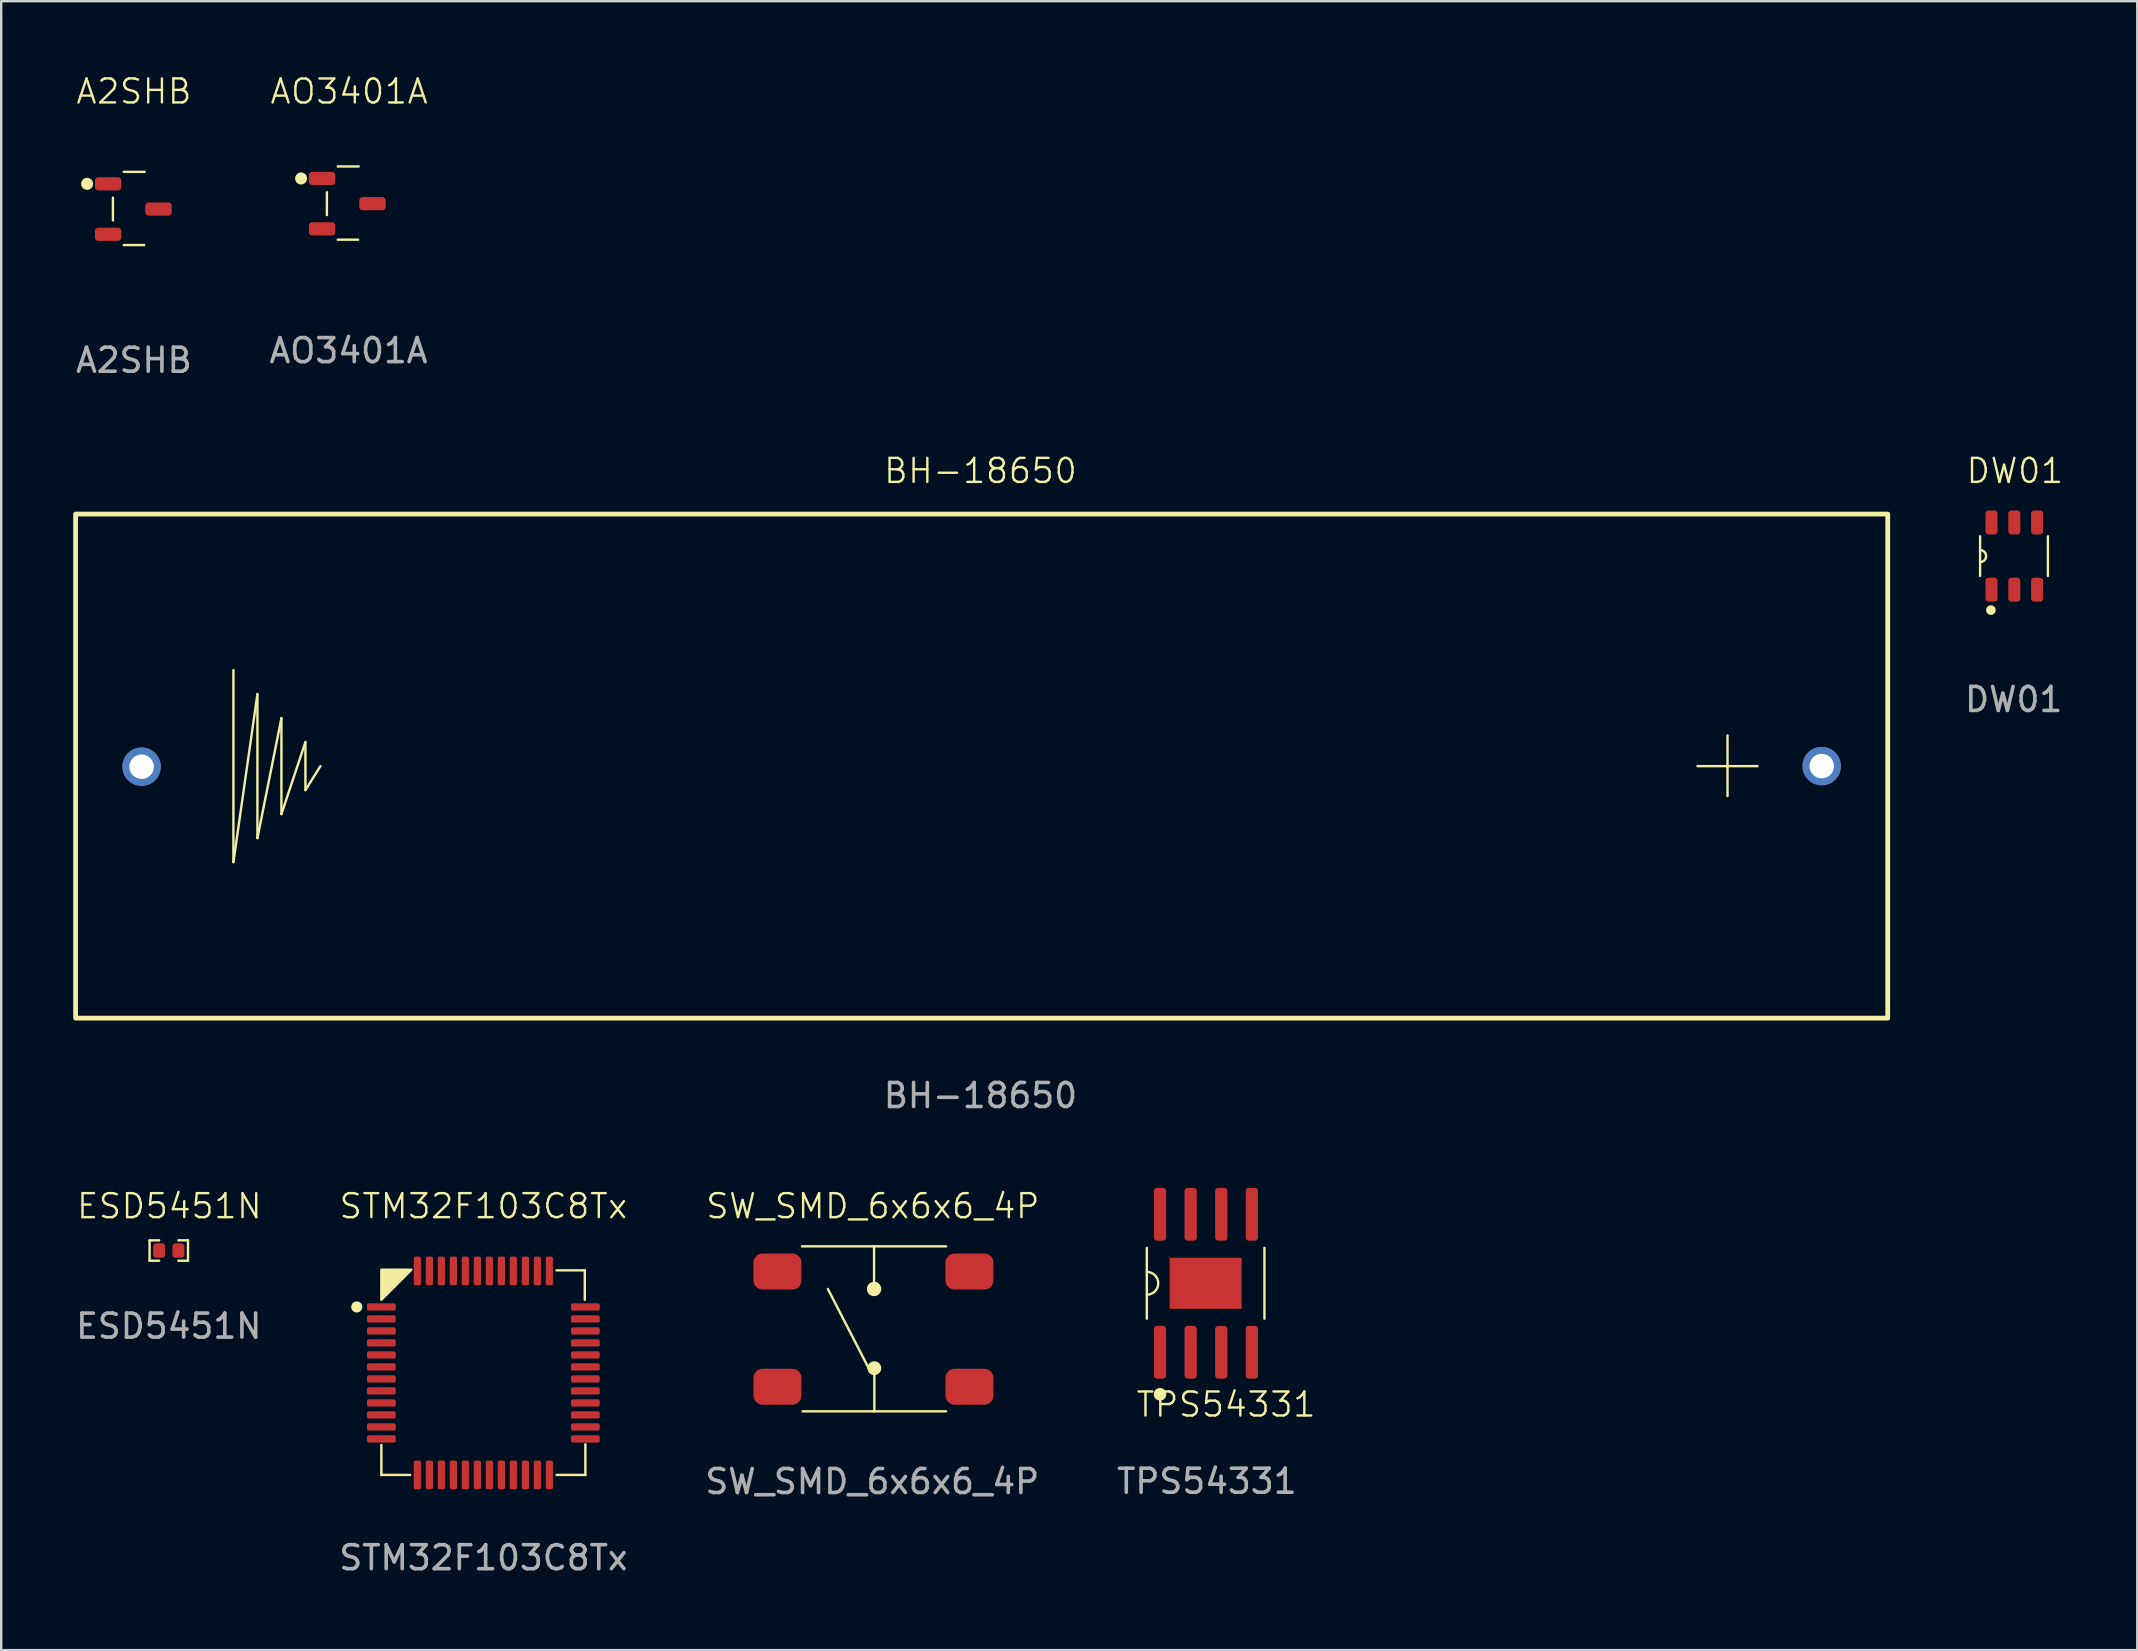
<source format=kicad_pcb>
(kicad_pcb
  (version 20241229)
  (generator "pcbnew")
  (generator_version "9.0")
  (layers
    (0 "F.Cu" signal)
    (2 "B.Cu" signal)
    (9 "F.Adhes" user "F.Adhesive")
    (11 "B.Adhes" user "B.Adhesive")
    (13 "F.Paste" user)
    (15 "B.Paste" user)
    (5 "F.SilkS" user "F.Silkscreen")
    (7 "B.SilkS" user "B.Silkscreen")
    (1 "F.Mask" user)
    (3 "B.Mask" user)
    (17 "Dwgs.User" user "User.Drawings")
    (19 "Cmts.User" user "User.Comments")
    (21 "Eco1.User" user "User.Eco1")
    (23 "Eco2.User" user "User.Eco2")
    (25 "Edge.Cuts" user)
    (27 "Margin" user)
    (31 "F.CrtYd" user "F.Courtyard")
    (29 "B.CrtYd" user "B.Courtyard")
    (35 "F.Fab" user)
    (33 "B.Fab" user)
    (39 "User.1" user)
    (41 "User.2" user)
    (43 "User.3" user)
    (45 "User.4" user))
  (footprint "ESD5451N"
    (layer "F.Cu")
    (at 3.982 49.053)
    (property "Reference" "ESD5451N" (at 0.025 -1.85 0) (unlocked yes) (layer "F.SilkS") (effects (font (size 1 1) (thickness 0.1))))
    (attr smd)
    (fp_line (start -0.8 -0.425) (end -0.8 0.425) (stroke (width 0.1) (type default)) (layer "F.SilkS"))
    (fp_line (start -0.8 0.425) (end -0.4 0.425) (stroke (width 0.1) (type default)) (layer "F.SilkS"))
    (fp_line (start -0.4 -0.425) (end -0.8 -0.425) (stroke (width 0.1) (type default)) (layer "F.SilkS"))
    (fp_line (start 0.4 0.425) (end 0.8 0.425) (stroke (width 0.1) (type default)) (layer "F.SilkS"))
    (fp_line (start 0.8 -0.425) (end 0.4 -0.425) (stroke (width 0.1) (type default)) (layer "F.SilkS"))
    (fp_line (start 0.8 0.425) (end 0.8 -0.425) (stroke (width 0.1) (type default)) (layer "F.SilkS"))
    (fp_text user "${REFERENCE}" (at 0 3.15 0) (unlocked yes) (layer "F.Fab") (effects (font (size 1 1) (thickness 0.15))))
    (pad "1" smd roundrect (at -0.4 0) (size 0.5 0.6) (layers "F.Cu" "F.Mask" "F.Paste") (roundrect_rratio 0.25))
    (pad "2" smd roundrect (at 0.4 0) (size 0.5 0.6) (layers "F.Cu" "F.Mask" "F.Paste") (roundrect_rratio 0.25)))
  (footprint "AO3401A"
    (layer "F.Cu")
    (at 11.495 5.436)
    (property "Reference" "AO3401A" (at 0 -4.675 0) (unlocked yes) (layer "F.SilkS") (effects (font (size 1 1) (thickness 0.1))))
    (attr smd)
    (fp_line (start -0.925 -0.475) (end -0.925 0.475) (stroke (width 0.1) (type solid)) (layer "F.SilkS"))
    (fp_line (start -0.475 -1.55) (end 0.4 -1.55) (stroke (width 0.1) (type solid)) (layer "F.SilkS"))
    (fp_line (start -0.475 1.5) (end 0.375 1.5) (stroke (width 0.1) (type solid)) (layer "F.SilkS"))
    (fp_circle (center -2 -1.05) (end -1.8 -1.05) (stroke (width 0.1) (type solid)) (fill yes) (layer "F.SilkS"))
    (fp_text user "${REFERENCE}" (at -0.025 6.125 0) (unlocked yes) (layer "F.Fab") (effects (font (size 1 1) (thickness 0.15))))
    (pad "1" smd roundrect (at -1.125 -1.05) (size 1.1 0.55) (layers "F.Cu" "F.Mask" "F.Paste") (roundrect_rratio 0.25))
    (pad "2" smd roundrect (at -1.125 1.05) (size 1.1 0.55) (layers "F.Cu" "F.Mask" "F.Paste") (roundrect_rratio 0.25))
    (pad "3" smd roundrect (at 0.975 0) (size 1.1 0.55) (layers "F.Cu" "F.Mask" "F.Paste") (roundrect_rratio 0.25)))
  (footprint "DW01"
    (layer "F.Cu")
    (at 80.874 20.119)
    (property "Reference" "DW01" (at 0.025 -3.55 0) (unlocked yes) (layer "F.SilkS") (effects (font (size 1 1) (thickness 0.1))))
    (attr smd)
    (fp_line (start -1.425 -0.825) (end -1.425 0.825) (stroke (width 0.1) (type solid)) (layer "F.SilkS"))
    (fp_line (start 1.4 -0.825) (end 1.4 0.825) (stroke (width 0.1) (type solid)) (layer "F.SilkS"))
    (fp_arc (start -1.425 -0.25) (mid -1.175 0) (end -1.425 0.25) (stroke (width 0.1) (type solid)) (layer "F.SilkS"))
    (fp_circle (center -0.975 2.25) (end -0.825 2.25) (stroke (width 0.1) (type solid)) (fill yes) (layer "F.SilkS"))
    (fp_text user "${REFERENCE}" (at -0.025 5.975 0) (unlocked yes) (layer "F.Fab") (effects (font (size 1 1) (thickness 0.15))))
    (pad "1" smd roundrect (at -0.95 1.4 90) (size 1 0.5) (layers "F.Cu" "F.Mask" "F.Paste") (roundrect_rratio 0.25))
    (pad "2" smd roundrect (at 0 1.4 90) (size 1 0.5) (layers "F.Cu" "F.Mask" "F.Paste") (roundrect_rratio 0.25))
    (pad "3" smd roundrect (at 0.95 1.4 90) (size 1 0.5) (layers "F.Cu" "F.Mask" "F.Paste") (roundrect_rratio 0.25))
    (pad "5" smd roundrect (at 0 -1.4 90) (size 1 0.5) (layers "F.Cu" "F.Mask" "F.Paste") (roundrect_rratio 0.25))
    (pad "5" smd roundrect (at 0.95 -1.4 90) (size 1 0.5) (layers "F.Cu" "F.Mask" "F.Paste") (roundrect_rratio 0.25))
    (pad "6" smd roundrect (at -0.95 -1.4 90) (size 1 0.5) (layers "F.Cu" "F.Mask" "F.Paste") (roundrect_rratio 0.25)))
  (footprint "BH-18650"
    (layer "F.Cu")
    (at 37.85 28.869)
    (property "Reference" "BH-18650" (at -0.05 -12.3 0) (unlocked yes) (layer "F.SilkS") (effects (font (size 1 1) (thickness 0.1))))
    (attr through_hole)
    (fp_line (start -31.175 -4) (end -31.175 4) (stroke (width 0.1) (type default)) (layer "F.SilkS"))
    (fp_line (start -31.175 4) (end -30.175 -3) (stroke (width 0.1) (type default)) (layer "F.SilkS"))
    (fp_line (start -30.175 -3) (end -30.175 3) (stroke (width 0.1) (type default)) (layer "F.SilkS"))
    (fp_line (start -30.175 3) (end -29.175 -2) (stroke (width 0.1) (type default)) (layer "F.SilkS"))
    (fp_line (start -29.175 -2) (end -29.175 2) (stroke (width 0.1) (type default)) (layer "F.SilkS"))
    (fp_line (start -29.175 2) (end -28.175 -1) (stroke (width 0.1) (type default)) (layer "F.SilkS"))
    (fp_line (start -28.175 -1) (end -28.175 1) (stroke (width 0.1) (type default)) (layer "F.SilkS"))
    (fp_line (start -28.175 1) (end -27.55 0) (stroke (width 0.1) (type default)) (layer "F.SilkS"))
    (fp_line (start 31.075 -1.275) (end 31.075 1.25) (stroke (width 0.1) (type default)) (layer "F.SilkS"))
    (fp_line (start 32.325 0) (end 29.825 0) (stroke (width 0.1) (type default)) (layer "F.SilkS"))
    (fp_rect (start -37.75 -10.5) (end 37.75 10.5) (stroke (width 0.2) (type default)) (fill no) (layer "F.SilkS"))
    (fp_text user "${REFERENCE}" (at -0.05 13.725 0) (unlocked yes) (layer "F.Fab") (effects (font (size 1 1) (thickness 0.15))))
    (pad "1" thru_hole circle (at -35 0.025) (size 1.6 1.6) (drill 1.021) (layers "*.Cu" "*.Mask"))
    (pad "2" thru_hole circle (at 35 0) (size 1.6 1.6) (drill 1.021) (layers "*.Cu" "*.Mask")))
  (footprint "A2SHB"
    (layer "F.Cu")
    (at 2.505 5.66)
    (property "Reference" "A2SHB" (at 0.025 -4.9 0) (unlocked yes) (layer "F.SilkS") (effects (font (size 1 1) (thickness 0.1))))
    (attr smd)
    (fp_line (start -0.85 -0.475) (end -0.85 0.475) (stroke (width 0.1) (type solid)) (layer "F.SilkS"))
    (fp_line (start -0.4 -1.55) (end 0.475 -1.55) (stroke (width 0.1) (type solid)) (layer "F.SilkS"))
    (fp_line (start -0.4 1.5) (end 0.45 1.5) (stroke (width 0.1) (type solid)) (layer "F.SilkS"))
    (fp_circle (center -1.925 -1.05) (end -1.725 -1.05) (stroke (width 0.1) (type solid)) (fill yes) (layer "F.SilkS"))
    (fp_text user "${REFERENCE}" (at 0.025 6.3 0) (unlocked yes) (layer "F.Fab") (effects (font (size 1 1) (thickness 0.15))))
    (pad "1" smd roundrect (at -1.05 -1.05) (size 1.1 0.55) (layers "F.Cu" "F.Mask" "F.Paste") (roundrect_rratio 0.25))
    (pad "2" smd roundrect (at -1.05 1.05) (size 1.1 0.55) (layers "F.Cu" "F.Mask" "F.Paste") (roundrect_rratio 0.25))
    (pad "3" smd roundrect (at 1.05 0) (size 1.1 0.55) (layers "F.Cu" "F.Mask" "F.Paste") (roundrect_rratio 0.25)))
  (footprint "STM32F103C8Tx"
    (layer "F.Cu")
    (at 17.089 54.153)
    (property "Reference" "STM32F103C8Tx" (at 0 -6.95 0) (unlocked yes) (layer "F.SilkS") (effects (font (size 1 1) (thickness 0.1))))
    (attr smd)
    (fp_line (start -4.25 4.25) (end -4.25 3) (stroke (width 0.1) (type default)) (layer "F.SilkS"))
    (fp_line (start -3.05 4.25) (end -4.25 4.25) (stroke (width 0.1) (type default)) (layer "F.SilkS"))
    (fp_line (start 3.05 -4.275) (end 4.225 -4.275) (stroke (width 0.1) (type default)) (layer "F.SilkS"))
    (fp_line (start 4.225 -4.275) (end 4.225 -3.05) (stroke (width 0.1) (type default)) (layer "F.SilkS"))
    (fp_line (start 4.25 2.975) (end 4.25 4.25) (stroke (width 0.1) (type default)) (layer "F.SilkS"))
    (fp_line (start 4.25 4.25) (end 3.05 4.25) (stroke (width 0.1) (type default)) (layer "F.SilkS"))
    (fp_circle (center -5.275 -2.75) (end -5.093 -2.75) (stroke (width 0.1) (type solid)) (fill yes) (layer "F.SilkS"))
    (fp_poly (pts (xy -4.25 -4.3) (xy -3 -4.3) (xy -4.25 -3.05)) (stroke (width 0.1) (type solid)) (fill yes) (layer "F.SilkS"))
    (fp_text user "${REFERENCE}" (at 0 7.7 0) (unlocked yes) (layer "F.Fab") (effects (font (size 1 1) (thickness 0.15))))
    (pad "1" smd roundrect (at -4.25 -2.75) (size 1.2 0.3) (layers "F.Cu" "F.Mask" "F.Paste") (roundrect_rratio 0.25))
    (pad "2" smd roundrect (at -4.25 -2.25) (size 1.2 0.3) (layers "F.Cu" "F.Mask" "F.Paste") (roundrect_rratio 0.25))
    (pad "3" smd roundrect (at -4.25 -1.75) (size 1.2 0.3) (layers "F.Cu" "F.Mask" "F.Paste") (roundrect_rratio 0.25))
    (pad "4" smd roundrect (at -4.25 -1.25) (size 1.2 0.3) (layers "F.Cu" "F.Mask" "F.Paste") (roundrect_rratio 0.25))
    (pad "5" smd roundrect (at -4.25 -0.75) (size 1.2 0.3) (layers "F.Cu" "F.Mask" "F.Paste") (roundrect_rratio 0.25))
    (pad "6" smd roundrect (at -4.25 -0.25) (size 1.2 0.3) (layers "F.Cu" "F.Mask" "F.Paste") (roundrect_rratio 0.25))
    (pad "7" smd roundrect (at -4.25 0.25) (size 1.2 0.3) (layers "F.Cu" "F.Mask" "F.Paste") (roundrect_rratio 0.25))
    (pad "8" smd roundrect (at -4.25 0.75) (size 1.2 0.3) (layers "F.Cu" "F.Mask" "F.Paste") (roundrect_rratio 0.25))
    (pad "9" smd roundrect (at -4.25 1.25) (size 1.2 0.3) (layers "F.Cu" "F.Mask" "F.Paste") (roundrect_rratio 0.25))
    (pad "10" smd roundrect (at -4.25 1.75) (size 1.2 0.3) (layers "F.Cu" "F.Mask" "F.Paste") (roundrect_rratio 0.25))
    (pad "11" smd roundrect (at -4.25 2.25) (size 1.2 0.3) (layers "F.Cu" "F.Mask" "F.Paste") (roundrect_rratio 0.25))
    (pad "12" smd roundrect (at -4.25 2.75) (size 1.2 0.3) (layers "F.Cu" "F.Mask" "F.Paste") (roundrect_rratio 0.25))
    (pad "13" smd roundrect (at -2.75 4.25 90) (size 1.2 0.3) (layers "F.Cu" "F.Mask" "F.Paste") (roundrect_rratio 0.25))
    (pad "14" smd roundrect (at -2.25 4.25 90) (size 1.2 0.3) (layers "F.Cu" "F.Mask" "F.Paste") (roundrect_rratio 0.25))
    (pad "15" smd roundrect (at -1.75 4.25 90) (size 1.2 0.3) (layers "F.Cu" "F.Mask" "F.Paste") (roundrect_rratio 0.25))
    (pad "16" smd roundrect (at -1.25 4.25 90) (size 1.2 0.3) (layers "F.Cu" "F.Mask" "F.Paste") (roundrect_rratio 0.25))
    (pad "17" smd roundrect (at -0.75 4.25 90) (size 1.2 0.3) (layers "F.Cu" "F.Mask" "F.Paste") (roundrect_rratio 0.25))
    (pad "18" smd roundrect (at -0.25 4.25 90) (size 1.2 0.3) (layers "F.Cu" "F.Mask" "F.Paste") (roundrect_rratio 0.25))
    (pad "19" smd roundrect (at 0.25 4.25 90) (size 1.2 0.3) (layers "F.Cu" "F.Mask" "F.Paste") (roundrect_rratio 0.25))
    (pad "20" smd roundrect (at 0.75 4.25 90) (size 1.2 0.3) (layers "F.Cu" "F.Mask" "F.Paste") (roundrect_rratio 0.25))
    (pad "21" smd roundrect (at 1.25 4.25 90) (size 1.2 0.3) (layers "F.Cu" "F.Mask" "F.Paste") (roundrect_rratio 0.25))
    (pad "22" smd roundrect (at 1.75 4.25 90) (size 1.2 0.3) (layers "F.Cu" "F.Mask" "F.Paste") (roundrect_rratio 0.25))
    (pad "23" smd roundrect (at 2.25 4.25 90) (size 1.2 0.3) (layers "F.Cu" "F.Mask" "F.Paste") (roundrect_rratio 0.25))
    (pad "24" smd roundrect (at 2.75 4.25 90) (size 1.2 0.3) (layers "F.Cu" "F.Mask" "F.Paste") (roundrect_rratio 0.25))
    (pad "25" smd roundrect (at 4.25 2.75) (size 1.2 0.3) (layers "F.Cu" "F.Mask" "F.Paste") (roundrect_rratio 0.25))
    (pad "26" smd roundrect (at 4.25 2.25) (size 1.2 0.3) (layers "F.Cu" "F.Mask" "F.Paste") (roundrect_rratio 0.25))
    (pad "27" smd roundrect (at 4.25 1.75) (size 1.2 0.3) (layers "F.Cu" "F.Mask" "F.Paste") (roundrect_rratio 0.25))
    (pad "28" smd roundrect (at 4.25 1.25) (size 1.2 0.3) (layers "F.Cu" "F.Mask" "F.Paste") (roundrect_rratio 0.25))
    (pad "29" smd roundrect (at 4.25 0.75) (size 1.2 0.3) (layers "F.Cu" "F.Mask" "F.Paste") (roundrect_rratio 0.25))
    (pad "30" smd roundrect (at 4.25 0.25) (size 1.2 0.3) (layers "F.Cu" "F.Mask" "F.Paste") (roundrect_rratio 0.25))
    (pad "31" smd roundrect (at 4.25 -0.25) (size 1.2 0.3) (layers "F.Cu" "F.Mask" "F.Paste") (roundrect_rratio 0.25))
    (pad "32" smd roundrect (at 4.25 -0.75) (size 1.2 0.3) (layers "F.Cu" "F.Mask" "F.Paste") (roundrect_rratio 0.25))
    (pad "33" smd roundrect (at 4.25 -1.25) (size 1.2 0.3) (layers "F.Cu" "F.Mask" "F.Paste") (roundrect_rratio 0.25))
    (pad "34" smd roundrect (at 4.25 -1.75) (size 1.2 0.3) (layers "F.Cu" "F.Mask" "F.Paste") (roundrect_rratio 0.25))
    (pad "35" smd roundrect (at 4.25 -2.25) (size 1.2 0.3) (layers "F.Cu" "F.Mask" "F.Paste") (roundrect_rratio 0.25))
    (pad "36" smd roundrect (at 4.25 -2.75) (size 1.2 0.3) (layers "F.Cu" "F.Mask" "F.Paste") (roundrect_rratio 0.25))
    (pad "37" smd roundrect (at 2.75 -4.25 90) (size 1.2 0.3) (layers "F.Cu" "F.Mask" "F.Paste") (roundrect_rratio 0.25))
    (pad "38" smd roundrect (at 2.25 -4.25 90) (size 1.2 0.3) (layers "F.Cu" "F.Mask" "F.Paste") (roundrect_rratio 0.25))
    (pad "39" smd roundrect (at 1.75 -4.25 90) (size 1.2 0.3) (layers "F.Cu" "F.Mask" "F.Paste") (roundrect_rratio 0.25))
    (pad "40" smd roundrect (at 1.25 -4.25 90) (size 1.2 0.3) (layers "F.Cu" "F.Mask" "F.Paste") (roundrect_rratio 0.25))
    (pad "41" smd roundrect (at 0.75 -4.25 90) (size 1.2 0.3) (layers "F.Cu" "F.Mask" "F.Paste") (roundrect_rratio 0.25))
    (pad "42" smd roundrect (at 0.25 -4.25 90) (size 1.2 0.3) (layers "F.Cu" "F.Mask" "F.Paste") (roundrect_rratio 0.25))
    (pad "43" smd roundrect (at -0.25 -4.25 90) (size 1.2 0.3) (layers "F.Cu" "F.Mask" "F.Paste") (roundrect_rratio 0.25))
    (pad "44" smd roundrect (at -0.75 -4.25 90) (size 1.2 0.3) (layers "F.Cu" "F.Mask" "F.Paste") (roundrect_rratio 0.25))
    (pad "45" smd roundrect (at -1.25 -4.25 90) (size 1.2 0.3) (layers "F.Cu" "F.Mask" "F.Paste") (roundrect_rratio 0.25))
    (pad "46" smd roundrect (at -1.75 -4.25 90) (size 1.2 0.3) (layers "F.Cu" "F.Mask" "F.Paste") (roundrect_rratio 0.25))
    (pad "47" smd roundrect (at -2.25 -4.25 90) (size 1.2 0.3) (layers "F.Cu" "F.Mask" "F.Paste") (roundrect_rratio 0.25))
    (pad "48" smd roundrect (at -2.75 -4.25 90) (size 1.2 0.3) (layers "F.Cu" "F.Mask" "F.Paste") (roundrect_rratio 0.25)))
  (footprint "SW_SMD_6x6x6_4P"
    (layer "F.Cu")
    (at 33.342 52.328)
    (property "Reference" "SW_SMD_6x6x6_4P" (at -0.025 -5.125 0) (unlocked yes) (layer "F.SilkS") (effects (font (size 1 1) (thickness 0.1))))
    (attr smd)
    (fp_line (start -2.975 -3.45) (end 3.025 -3.45) (stroke (width 0.1) (type default)) (layer "F.SilkS"))
    (fp_line (start -0.2 1.625) (end -1.9 -1.675) (stroke (width 0.1) (type default)) (layer "F.SilkS"))
    (fp_line (start 0.025 -3.45) (end 0.025 -1.675) (stroke (width 0.1) (type default)) (layer "F.SilkS"))
    (fp_line (start 0.037 3.425) (end 0.037 1.625) (stroke (width 0.1) (type default)) (layer "F.SilkS"))
    (fp_line (start 3.025 3.425) (end -2.95 3.425) (stroke (width 0.1) (type default)) (layer "F.SilkS"))
    (fp_circle (center 0.025 -1.675) (end 0.275 -1.675) (stroke (width 0.1) (type solid)) (fill yes) (layer "F.SilkS"))
    (fp_circle (center 0.037 1.625) (end 0.275 1.625) (stroke (width 0.1) (type solid)) (fill yes) (layer "F.SilkS"))
    (fp_text user "${REFERENCE}" (at -0.05 6.35 0) (unlocked yes) (layer "F.Fab") (effects (font (size 1 1) (thickness 0.15))))
    (pad "1" smd roundrect (at -4 -2.4) (size 2 1.5) (layers "F.Cu" "F.Mask" "F.Paste") (roundrect_rratio 0.25))
    (pad "2" smd roundrect (at 4 -2.4) (size 2 1.5) (layers "F.Cu" "F.Mask" "F.Paste") (roundrect_rratio 0.25))
    (pad "3" smd roundrect (at -4 2.4) (size 2 1.5) (layers "F.Cu" "F.Mask" "F.Paste") (roundrect_rratio 0.25))
    (pad "4" smd roundrect (at 4 2.4) (size 2 1.5) (layers "F.Cu" "F.Mask" "F.Paste") (roundrect_rratio 0.25)))
  (footprint "TPS54331"
    (layer "F.Cu")
    (at 47.182 50.417)
    (property "Reference" "TPS54331" (at 0.85 5.05 0) (unlocked yes) (layer "F.SilkS") (effects (font (size 1 1) (thickness 0.1))))
    (attr smd)
    (fp_line (start -2.45 -1.475) (end -2.45 1.475) (stroke (width 0.1) (type default)) (layer "F.SilkS"))
    (fp_line (start 2.45 -1.475) (end 2.45 1.475) (stroke (width 0.1) (type default)) (layer "F.SilkS"))
    (fp_arc (start -2.45 -0.475) (mid -1.975 0) (end -2.45 0.475) (stroke (width 0.1) (type default)) (layer "F.SilkS"))
    (fp_circle (center -1.9 4.625) (end -1.688 4.625) (stroke (width 0.1) (type solid)) (fill yes) (layer "F.SilkS"))
    (fp_text user "${REFERENCE}" (at 0.05 8.25 0) (unlocked yes) (layer "F.Fab") (effects (font (size 1 1) (thickness 0.15))))
    (pad "1" smd roundrect (at -1.9 2.875) (size 0.51 2.2) (layers "F.Cu" "F.Mask" "F.Paste" "Eco1.User") (roundrect_rratio 0.25))
    (pad "2" smd roundrect (at -0.625 2.875) (size 0.51 2.2) (layers "F.Cu" "F.Mask" "F.Paste") (roundrect_rratio 0.25))
    (pad "3" smd roundrect (at 0.65 2.875) (size 0.51 2.2) (layers "F.Cu" "F.Mask" "F.Paste") (roundrect_rratio 0.25))
    (pad "4" smd roundrect (at 1.925 2.875) (size 0.51 2.2) (layers "F.Cu" "F.Mask" "F.Paste") (roundrect_rratio 0.25))
    (pad "5" smd roundrect (at 1.925 -2.875) (size 0.51 2.2) (layers "F.Cu" "F.Mask" "F.Paste") (roundrect_rratio 0.25))
    (pad "6" smd roundrect (at 0.65 -2.875) (size 0.51 2.2) (layers "F.Cu" "F.Mask" "F.Paste") (roundrect_rratio 0.25))
    (pad "7" smd roundrect (at -0.625 -2.875) (size 0.51 2.2) (layers "F.Cu" "F.Mask" "F.Paste") (roundrect_rratio 0.25))
    (pad "8" smd roundrect (at -1.9 -2.875) (size 0.51 2.2) (layers "F.Cu" "F.Mask" "F.Paste") (roundrect_rratio 0.25))
    (pad "9" smd rect (at 0 0) (size 3 2.13) (layers "F.Cu" "F.Mask" "F.Paste")))
  (gr_rect
    (start -3 -3)
    (end 85.998 65.701)
    (stroke (width 0.1) (type default))
    (fill no)
    (layer "Edge.Cuts")))
</source>
